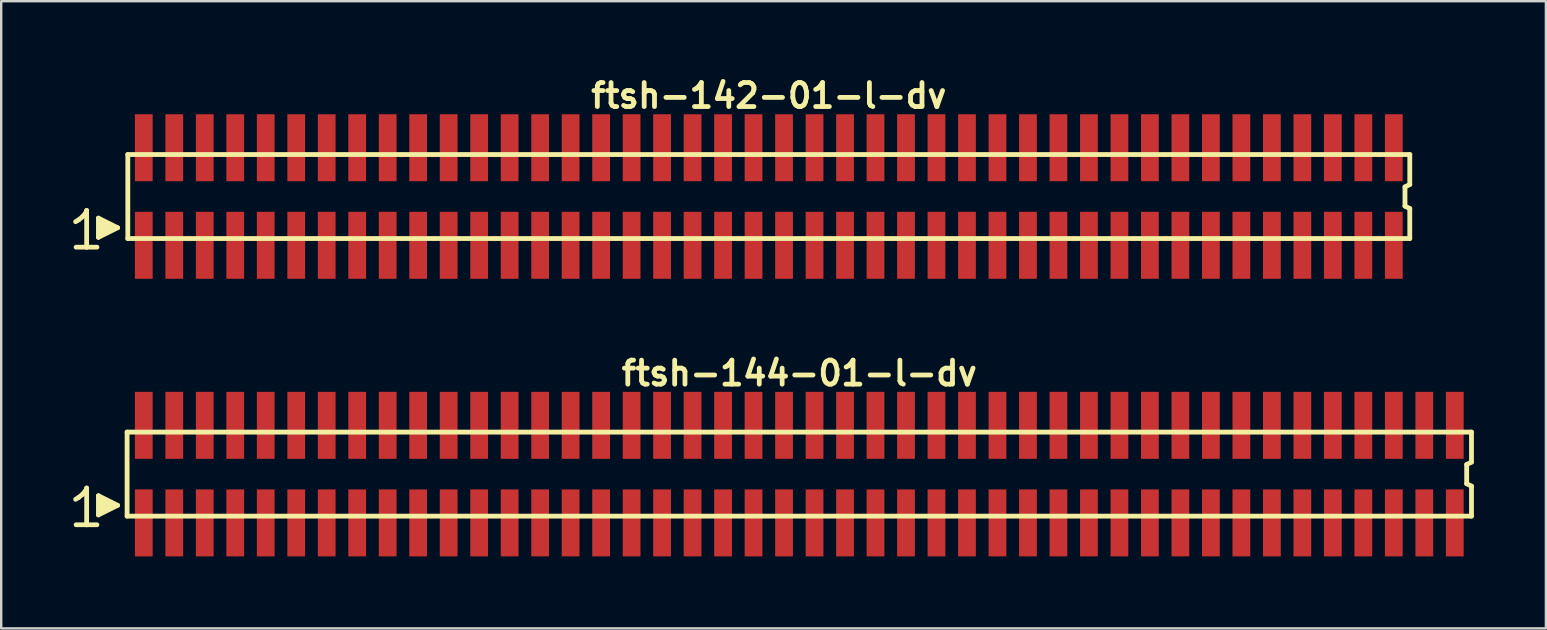
<source format=kicad_pcb>
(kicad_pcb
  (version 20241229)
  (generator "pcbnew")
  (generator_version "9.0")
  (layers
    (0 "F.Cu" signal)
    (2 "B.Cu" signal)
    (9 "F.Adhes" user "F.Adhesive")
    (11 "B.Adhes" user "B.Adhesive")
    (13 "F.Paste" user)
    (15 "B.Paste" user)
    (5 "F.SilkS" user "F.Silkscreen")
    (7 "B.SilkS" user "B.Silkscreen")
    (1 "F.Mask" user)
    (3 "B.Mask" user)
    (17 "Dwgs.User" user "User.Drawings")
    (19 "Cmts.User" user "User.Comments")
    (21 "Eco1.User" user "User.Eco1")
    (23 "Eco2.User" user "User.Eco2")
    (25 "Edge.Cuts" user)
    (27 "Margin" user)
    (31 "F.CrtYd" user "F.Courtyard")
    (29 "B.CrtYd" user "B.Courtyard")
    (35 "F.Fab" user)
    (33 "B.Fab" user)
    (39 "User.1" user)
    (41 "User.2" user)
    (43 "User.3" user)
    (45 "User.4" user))
  (footprint "ftsh-144-01-l-dv"
    (layer "F.Cu")
    (at 30.244 16.699)
    (property "Reference" "ftsh-144-01-l-dv" (at 0 -4.2 0) (layer "F.SilkS") (effects (font (size 1 1) (thickness 0.2))))
    (attr through_hole)
    (fp_line (start -30.145 1.05) (end -30.015 0.97) (stroke (width 0.198) (type solid)) (layer "F.SilkS"))
    (fp_line (start -30.015 0.97) (end -29.855 0.84) (stroke (width 0.198) (type solid)) (layer "F.SilkS"))
    (fp_line (start -29.855 0.84) (end -29.715 0.67) (stroke (width 0.198) (type solid)) (layer "F.SilkS"))
    (fp_line (start -29.715 0.67) (end -29.685 0.58) (stroke (width 0.198) (type solid)) (layer "F.SilkS"))
    (fp_line (start -29.685 0.58) (end -29.685 2.11) (stroke (width 0.198) (type solid)) (layer "F.SilkS"))
    (fp_line (start -29.685 2.11) (end -30.125 2.11) (stroke (width 0.198) (type solid)) (layer "F.SilkS"))
    (fp_line (start -29.255 2.11) (end -29.695 2.11) (stroke (width 0.198) (type solid)) (layer "F.SilkS"))
    (fp_line (start -29.195 0.9) (end -28.395 1.3) (stroke (width 0.198) (type solid)) (layer "F.SilkS"))
    (fp_line (start -29.195 1.7) (end -29.195 0.9) (stroke (width 0.198) (type solid)) (layer "F.SilkS"))
    (fp_line (start -29.095 1.6) (end -29.095 1) (stroke (width 0.198) (type solid)) (layer "F.SilkS"))
    (fp_line (start -28.995 1.1) (end -28.995 1.5) (stroke (width 0.198) (type solid)) (layer "F.SilkS"))
    (fp_line (start -28.895 1.5) (end -28.895 1.1) (stroke (width 0.198) (type solid)) (layer "F.SilkS"))
    (fp_line (start -28.795 1.2) (end -28.795 1.4) (stroke (width 0.198) (type solid)) (layer "F.SilkS"))
    (fp_line (start -28.695 1.4) (end -28.695 1.2) (stroke (width 0.198) (type solid)) (layer "F.SilkS"))
    (fp_line (start -28.395 1.3) (end -29.195 1.7) (stroke (width 0.198) (type solid)) (layer "F.SilkS"))
    (fp_line (start -28 -1.75) (end -28 1.75) (stroke (width 0.2) (type solid)) (layer "F.SilkS"))
    (fp_line (start -28 -1.75) (end 28 -1.75) (stroke (width 0.2) (type solid)) (layer "F.SilkS"))
    (fp_line (start -28 1.75) (end 28 1.75) (stroke (width 0.2) (type solid)) (layer "F.SilkS"))
    (fp_line (start 27.8 -0.4) (end 27.8 0.4) (stroke (width 0.2) (type solid)) (layer "F.SilkS"))
    (fp_line (start 27.8 0.4) (end 28 0.5) (stroke (width 0.2) (type solid)) (layer "F.SilkS"))
    (fp_line (start 28 -0.5) (end 27.8 -0.4) (stroke (width 0.2) (type solid)) (layer "F.SilkS"))
    (fp_line (start 28 -0.5) (end 28 -1.75) (stroke (width 0.2) (type solid)) (layer "F.SilkS"))
    (fp_line (start 28 0.5) (end 28 1.75) (stroke (width 0.2) (type solid)) (layer "F.SilkS"))
    (pad "1" smd rect (at -27.305 2.032) (size 0.74 2.79) (layers "F.Cu" "F.Mask" "F.Paste"))
    (pad "2" smd rect (at -27.305 -2.032) (size 0.74 2.79) (layers "F.Cu" "F.Mask" "F.Paste"))
    (pad "3" smd rect (at -26.035 2.032) (size 0.74 2.79) (layers "F.Cu" "F.Mask" "F.Paste"))
    (pad "4" smd rect (at -26.035 -2.032) (size 0.74 2.79) (layers "F.Cu" "F.Mask" "F.Paste"))
    (pad "5" smd rect (at -24.765 2.032) (size 0.74 2.79) (layers "F.Cu" "F.Mask" "F.Paste"))
    (pad "6" smd rect (at -24.765 -2.032) (size 0.74 2.79) (layers "F.Cu" "F.Mask" "F.Paste"))
    (pad "7" smd rect (at -23.495 2.032) (size 0.74 2.79) (layers "F.Cu" "F.Mask" "F.Paste"))
    (pad "8" smd rect (at -23.495 -2.032) (size 0.74 2.79) (layers "F.Cu" "F.Mask" "F.Paste"))
    (pad "9" smd rect (at -22.225 2.032) (size 0.74 2.79) (layers "F.Cu" "F.Mask" "F.Paste"))
    (pad "10" smd rect (at -22.225 -2.032) (size 0.74 2.79) (layers "F.Cu" "F.Mask" "F.Paste"))
    (pad "11" smd rect (at -20.955 2.032) (size 0.74 2.79) (layers "F.Cu" "F.Mask" "F.Paste"))
    (pad "12" smd rect (at -20.955 -2.032) (size 0.74 2.79) (layers "F.Cu" "F.Mask" "F.Paste"))
    (pad "13" smd rect (at -19.685 2.032) (size 0.74 2.79) (layers "F.Cu" "F.Mask" "F.Paste"))
    (pad "14" smd rect (at -19.685 -2.032) (size 0.74 2.79) (layers "F.Cu" "F.Mask" "F.Paste"))
    (pad "15" smd rect (at -18.415 2.032) (size 0.74 2.79) (layers "F.Cu" "F.Mask" "F.Paste"))
    (pad "16" smd rect (at -18.415 -2.032) (size 0.74 2.79) (layers "F.Cu" "F.Mask" "F.Paste"))
    (pad "17" smd rect (at -17.145 2.032) (size 0.74 2.79) (layers "F.Cu" "F.Mask" "F.Paste"))
    (pad "18" smd rect (at -17.145 -2.032) (size 0.74 2.79) (layers "F.Cu" "F.Mask" "F.Paste"))
    (pad "19" smd rect (at -15.875 2.032) (size 0.74 2.79) (layers "F.Cu" "F.Mask" "F.Paste"))
    (pad "20" smd rect (at -15.875 -2.032) (size 0.74 2.79) (layers "F.Cu" "F.Mask" "F.Paste"))
    (pad "21" smd rect (at -14.605 2.032) (size 0.74 2.79) (layers "F.Cu" "F.Mask" "F.Paste"))
    (pad "22" smd rect (at -14.605 -2.032) (size 0.74 2.79) (layers "F.Cu" "F.Mask" "F.Paste"))
    (pad "23" smd rect (at -13.335 2.032) (size 0.74 2.79) (layers "F.Cu" "F.Mask" "F.Paste"))
    (pad "24" smd rect (at -13.335 -2.032) (size 0.74 2.79) (layers "F.Cu" "F.Mask" "F.Paste"))
    (pad "25" smd rect (at -12.065 2.032) (size 0.74 2.79) (layers "F.Cu" "F.Mask" "F.Paste"))
    (pad "26" smd rect (at -12.065 -2.032) (size 0.74 2.79) (layers "F.Cu" "F.Mask" "F.Paste"))
    (pad "27" smd rect (at -10.795 2.032) (size 0.74 2.79) (layers "F.Cu" "F.Mask" "F.Paste"))
    (pad "28" smd rect (at -10.795 -2.032) (size 0.74 2.79) (layers "F.Cu" "F.Mask" "F.Paste"))
    (pad "29" smd rect (at -9.525 2.032) (size 0.74 2.79) (layers "F.Cu" "F.Mask" "F.Paste"))
    (pad "30" smd rect (at -9.525 -2.032) (size 0.74 2.79) (layers "F.Cu" "F.Mask" "F.Paste"))
    (pad "31" smd rect (at -8.255 2.032) (size 0.74 2.79) (layers "F.Cu" "F.Mask" "F.Paste"))
    (pad "32" smd rect (at -8.255 -2.032) (size 0.74 2.79) (layers "F.Cu" "F.Mask" "F.Paste"))
    (pad "33" smd rect (at -6.985 2.032) (size 0.74 2.79) (layers "F.Cu" "F.Mask" "F.Paste"))
    (pad "34" smd rect (at -6.985 -2.032) (size 0.74 2.79) (layers "F.Cu" "F.Mask" "F.Paste"))
    (pad "35" smd rect (at -5.715 2.032) (size 0.74 2.79) (layers "F.Cu" "F.Mask" "F.Paste"))
    (pad "36" smd rect (at -5.715 -2.032) (size 0.74 2.79) (layers "F.Cu" "F.Mask" "F.Paste"))
    (pad "37" smd rect (at -4.445 2.032) (size 0.74 2.79) (layers "F.Cu" "F.Mask" "F.Paste"))
    (pad "38" smd rect (at -4.445 -2.032) (size 0.74 2.79) (layers "F.Cu" "F.Mask" "F.Paste"))
    (pad "39" smd rect (at -3.175 2.032) (size 0.74 2.79) (layers "F.Cu" "F.Mask" "F.Paste"))
    (pad "40" smd rect (at -3.175 -2.032) (size 0.74 2.79) (layers "F.Cu" "F.Mask" "F.Paste"))
    (pad "41" smd rect (at -1.905 2.032) (size 0.74 2.79) (layers "F.Cu" "F.Mask" "F.Paste"))
    (pad "42" smd rect (at -1.905 -2.032) (size 0.74 2.79) (layers "F.Cu" "F.Mask" "F.Paste"))
    (pad "43" smd rect (at -0.635 2.032) (size 0.74 2.79) (layers "F.Cu" "F.Mask" "F.Paste"))
    (pad "44" smd rect (at -0.635 -2.032) (size 0.74 2.79) (layers "F.Cu" "F.Mask" "F.Paste"))
    (pad "45" smd rect (at 0.635 2.032) (size 0.74 2.79) (layers "F.Cu" "F.Mask" "F.Paste"))
    (pad "46" smd rect (at 0.635 -2.032) (size 0.74 2.79) (layers "F.Cu" "F.Mask" "F.Paste"))
    (pad "47" smd rect (at 1.905 2.032) (size 0.74 2.79) (layers "F.Cu" "F.Mask" "F.Paste"))
    (pad "48" smd rect (at 1.905 -2.032) (size 0.74 2.79) (layers "F.Cu" "F.Mask" "F.Paste"))
    (pad "49" smd rect (at 3.175 2.032) (size 0.74 2.79) (layers "F.Cu" "F.Mask" "F.Paste"))
    (pad "50" smd rect (at 3.175 -2.032) (size 0.74 2.79) (layers "F.Cu" "F.Mask" "F.Paste"))
    (pad "51" smd rect (at 4.445 2.032) (size 0.74 2.79) (layers "F.Cu" "F.Mask" "F.Paste"))
    (pad "52" smd rect (at 4.445 -2.032) (size 0.74 2.79) (layers "F.Cu" "F.Mask" "F.Paste"))
    (pad "53" smd rect (at 5.715 2.032) (size 0.74 2.79) (layers "F.Cu" "F.Mask" "F.Paste"))
    (pad "54" smd rect (at 5.715 -2.032) (size 0.74 2.79) (layers "F.Cu" "F.Mask" "F.Paste"))
    (pad "55" smd rect (at 6.985 2.032) (size 0.74 2.79) (layers "F.Cu" "F.Mask" "F.Paste"))
    (pad "56" smd rect (at 6.985 -2.032) (size 0.74 2.79) (layers "F.Cu" "F.Mask" "F.Paste"))
    (pad "57" smd rect (at 8.255 2.032) (size 0.74 2.79) (layers "F.Cu" "F.Mask" "F.Paste"))
    (pad "58" smd rect (at 8.255 -2.032) (size 0.74 2.79) (layers "F.Cu" "F.Mask" "F.Paste"))
    (pad "59" smd rect (at 9.525 2.032) (size 0.74 2.79) (layers "F.Cu" "F.Mask" "F.Paste"))
    (pad "60" smd rect (at 9.525 -2.032) (size 0.74 2.79) (layers "F.Cu" "F.Mask" "F.Paste"))
    (pad "61" smd rect (at 10.795 2.032) (size 0.74 2.79) (layers "F.Cu" "F.Mask" "F.Paste"))
    (pad "62" smd rect (at 10.795 -2.032) (size 0.74 2.79) (layers "F.Cu" "F.Mask" "F.Paste"))
    (pad "63" smd rect (at 12.065 2.032) (size 0.74 2.79) (layers "F.Cu" "F.Mask" "F.Paste"))
    (pad "64" smd rect (at 12.065 -2.032) (size 0.74 2.79) (layers "F.Cu" "F.Mask" "F.Paste"))
    (pad "65" smd rect (at 13.335 2.032) (size 0.74 2.79) (layers "F.Cu" "F.Mask" "F.Paste"))
    (pad "66" smd rect (at 13.335 -2.032) (size 0.74 2.79) (layers "F.Cu" "F.Mask" "F.Paste"))
    (pad "67" smd rect (at 14.605 2.032) (size 0.74 2.79) (layers "F.Cu" "F.Mask" "F.Paste"))
    (pad "68" smd rect (at 14.605 -2.032) (size 0.74 2.79) (layers "F.Cu" "F.Mask" "F.Paste"))
    (pad "69" smd rect (at 15.875 2.032) (size 0.74 2.79) (layers "F.Cu" "F.Mask" "F.Paste"))
    (pad "70" smd rect (at 15.875 -2.032) (size 0.74 2.79) (layers "F.Cu" "F.Mask" "F.Paste"))
    (pad "71" smd rect (at 17.145 2.032) (size 0.74 2.79) (layers "F.Cu" "F.Mask" "F.Paste"))
    (pad "72" smd rect (at 17.145 -2.032) (size 0.74 2.79) (layers "F.Cu" "F.Mask" "F.Paste"))
    (pad "73" smd rect (at 18.415 2.032) (size 0.74 2.79) (layers "F.Cu" "F.Mask" "F.Paste"))
    (pad "74" smd rect (at 18.415 -2.032) (size 0.74 2.79) (layers "F.Cu" "F.Mask" "F.Paste"))
    (pad "75" smd rect (at 19.685 2.032) (size 0.74 2.79) (layers "F.Cu" "F.Mask" "F.Paste"))
    (pad "76" smd rect (at 19.685 -2.032) (size 0.74 2.79) (layers "F.Cu" "F.Mask" "F.Paste"))
    (pad "77" smd rect (at 20.955 2.032) (size 0.74 2.79) (layers "F.Cu" "F.Mask" "F.Paste"))
    (pad "78" smd rect (at 20.955 -2.032) (size 0.74 2.79) (layers "F.Cu" "F.Mask" "F.Paste"))
    (pad "79" smd rect (at 22.225 2.032) (size 0.74 2.79) (layers "F.Cu" "F.Mask" "F.Paste"))
    (pad "80" smd rect (at 22.225 -2.032) (size 0.74 2.79) (layers "F.Cu" "F.Mask" "F.Paste"))
    (pad "81" smd rect (at 23.495 2.032) (size 0.74 2.79) (layers "F.Cu" "F.Mask" "F.Paste"))
    (pad "82" smd rect (at 23.495 -2.032) (size 0.74 2.79) (layers "F.Cu" "F.Mask" "F.Paste"))
    (pad "83" smd rect (at 24.765 2.032) (size 0.74 2.79) (layers "F.Cu" "F.Mask" "F.Paste"))
    (pad "84" smd rect (at 24.765 -2.032) (size 0.74 2.79) (layers "F.Cu" "F.Mask" "F.Paste"))
    (pad "85" smd rect (at 26.035 2.032) (size 0.74 2.79) (layers "F.Cu" "F.Mask" "F.Paste"))
    (pad "86" smd rect (at 26.035 -2.032) (size 0.74 2.79) (layers "F.Cu" "F.Mask" "F.Paste"))
    (pad "87" smd rect (at 27.305 2.032) (size 0.74 2.79) (layers "F.Cu" "F.Mask" "F.Paste"))
    (pad "88" smd rect (at 27.305 -2.032) (size 0.74 2.79) (layers "F.Cu" "F.Mask" "F.Paste")))
  (footprint "ftsh-142-01-l-dv"
    (layer "F.Cu")
    (at 28.974 5.136)
    (property "Reference" "ftsh-142-01-l-dv" (at 0 -4.2 0) (layer "F.SilkS") (effects (font (size 1 1) (thickness 0.2))))
    (attr through_hole)
    (fp_line (start -28.875 1.05) (end -28.745 0.97) (stroke (width 0.198) (type solid)) (layer "F.SilkS"))
    (fp_line (start -28.745 0.97) (end -28.585 0.84) (stroke (width 0.198) (type solid)) (layer "F.SilkS"))
    (fp_line (start -28.585 0.84) (end -28.445 0.67) (stroke (width 0.198) (type solid)) (layer "F.SilkS"))
    (fp_line (start -28.445 0.67) (end -28.415 0.58) (stroke (width 0.198) (type solid)) (layer "F.SilkS"))
    (fp_line (start -28.415 0.58) (end -28.415 2.11) (stroke (width 0.198) (type solid)) (layer "F.SilkS"))
    (fp_line (start -28.415 2.11) (end -28.855 2.11) (stroke (width 0.198) (type solid)) (layer "F.SilkS"))
    (fp_line (start -27.985 2.11) (end -28.425 2.11) (stroke (width 0.198) (type solid)) (layer "F.SilkS"))
    (fp_line (start -27.925 0.9) (end -27.125 1.3) (stroke (width 0.198) (type solid)) (layer "F.SilkS"))
    (fp_line (start -27.925 1.7) (end -27.925 0.9) (stroke (width 0.198) (type solid)) (layer "F.SilkS"))
    (fp_line (start -27.825 1.6) (end -27.825 1) (stroke (width 0.198) (type solid)) (layer "F.SilkS"))
    (fp_line (start -27.725 1.1) (end -27.725 1.5) (stroke (width 0.198) (type solid)) (layer "F.SilkS"))
    (fp_line (start -27.625 1.5) (end -27.625 1.1) (stroke (width 0.198) (type solid)) (layer "F.SilkS"))
    (fp_line (start -27.525 1.2) (end -27.525 1.4) (stroke (width 0.198) (type solid)) (layer "F.SilkS"))
    (fp_line (start -27.425 1.4) (end -27.425 1.2) (stroke (width 0.198) (type solid)) (layer "F.SilkS"))
    (fp_line (start -27.125 1.3) (end -27.925 1.7) (stroke (width 0.198) (type solid)) (layer "F.SilkS"))
    (fp_line (start -26.7 -1.75) (end -26.7 1.75) (stroke (width 0.2) (type solid)) (layer "F.SilkS"))
    (fp_line (start -26.7 -1.75) (end 26.7 -1.75) (stroke (width 0.2) (type solid)) (layer "F.SilkS"))
    (fp_line (start -26.7 1.75) (end 26.7 1.75) (stroke (width 0.2) (type solid)) (layer "F.SilkS"))
    (fp_line (start 26.5 -0.4) (end 26.5 0.4) (stroke (width 0.2) (type solid)) (layer "F.SilkS"))
    (fp_line (start 26.5 0.4) (end 26.7 0.5) (stroke (width 0.2) (type solid)) (layer "F.SilkS"))
    (fp_line (start 26.7 -0.5) (end 26.5 -0.4) (stroke (width 0.2) (type solid)) (layer "F.SilkS"))
    (fp_line (start 26.7 -0.5) (end 26.7 -1.75) (stroke (width 0.2) (type solid)) (layer "F.SilkS"))
    (fp_line (start 26.7 0.5) (end 26.7 1.75) (stroke (width 0.2) (type solid)) (layer "F.SilkS"))
    (pad "1" smd rect (at -26.035 2.032) (size 0.74 2.79) (layers "F.Cu" "F.Mask" "F.Paste"))
    (pad "2" smd rect (at -26.035 -2.032) (size 0.74 2.79) (layers "F.Cu" "F.Mask" "F.Paste"))
    (pad "3" smd rect (at -24.765 2.032) (size 0.74 2.79) (layers "F.Cu" "F.Mask" "F.Paste"))
    (pad "4" smd rect (at -24.765 -2.032) (size 0.74 2.79) (layers "F.Cu" "F.Mask" "F.Paste"))
    (pad "5" smd rect (at -23.495 2.032) (size 0.74 2.79) (layers "F.Cu" "F.Mask" "F.Paste"))
    (pad "6" smd rect (at -23.495 -2.032) (size 0.74 2.79) (layers "F.Cu" "F.Mask" "F.Paste"))
    (pad "7" smd rect (at -22.225 2.032) (size 0.74 2.79) (layers "F.Cu" "F.Mask" "F.Paste"))
    (pad "8" smd rect (at -22.225 -2.032) (size 0.74 2.79) (layers "F.Cu" "F.Mask" "F.Paste"))
    (pad "9" smd rect (at -20.955 2.032) (size 0.74 2.79) (layers "F.Cu" "F.Mask" "F.Paste"))
    (pad "10" smd rect (at -20.955 -2.032) (size 0.74 2.79) (layers "F.Cu" "F.Mask" "F.Paste"))
    (pad "11" smd rect (at -19.685 2.032) (size 0.74 2.79) (layers "F.Cu" "F.Mask" "F.Paste"))
    (pad "12" smd rect (at -19.685 -2.032) (size 0.74 2.79) (layers "F.Cu" "F.Mask" "F.Paste"))
    (pad "13" smd rect (at -18.415 2.032) (size 0.74 2.79) (layers "F.Cu" "F.Mask" "F.Paste"))
    (pad "14" smd rect (at -18.415 -2.032) (size 0.74 2.79) (layers "F.Cu" "F.Mask" "F.Paste"))
    (pad "15" smd rect (at -17.145 2.032) (size 0.74 2.79) (layers "F.Cu" "F.Mask" "F.Paste"))
    (pad "16" smd rect (at -17.145 -2.032) (size 0.74 2.79) (layers "F.Cu" "F.Mask" "F.Paste"))
    (pad "17" smd rect (at -15.875 2.032) (size 0.74 2.79) (layers "F.Cu" "F.Mask" "F.Paste"))
    (pad "18" smd rect (at -15.875 -2.032) (size 0.74 2.79) (layers "F.Cu" "F.Mask" "F.Paste"))
    (pad "19" smd rect (at -14.605 2.032) (size 0.74 2.79) (layers "F.Cu" "F.Mask" "F.Paste"))
    (pad "20" smd rect (at -14.605 -2.032) (size 0.74 2.79) (layers "F.Cu" "F.Mask" "F.Paste"))
    (pad "21" smd rect (at -13.335 2.032) (size 0.74 2.79) (layers "F.Cu" "F.Mask" "F.Paste"))
    (pad "22" smd rect (at -13.335 -2.032) (size 0.74 2.79) (layers "F.Cu" "F.Mask" "F.Paste"))
    (pad "23" smd rect (at -12.065 2.032) (size 0.74 2.79) (layers "F.Cu" "F.Mask" "F.Paste"))
    (pad "24" smd rect (at -12.065 -2.032) (size 0.74 2.79) (layers "F.Cu" "F.Mask" "F.Paste"))
    (pad "25" smd rect (at -10.795 2.032) (size 0.74 2.79) (layers "F.Cu" "F.Mask" "F.Paste"))
    (pad "26" smd rect (at -10.795 -2.032) (size 0.74 2.79) (layers "F.Cu" "F.Mask" "F.Paste"))
    (pad "27" smd rect (at -9.525 2.032) (size 0.74 2.79) (layers "F.Cu" "F.Mask" "F.Paste"))
    (pad "28" smd rect (at -9.525 -2.032) (size 0.74 2.79) (layers "F.Cu" "F.Mask" "F.Paste"))
    (pad "29" smd rect (at -8.255 2.032) (size 0.74 2.79) (layers "F.Cu" "F.Mask" "F.Paste"))
    (pad "30" smd rect (at -8.255 -2.032) (size 0.74 2.79) (layers "F.Cu" "F.Mask" "F.Paste"))
    (pad "31" smd rect (at -6.985 2.032) (size 0.74 2.79) (layers "F.Cu" "F.Mask" "F.Paste"))
    (pad "32" smd rect (at -6.985 -2.032) (size 0.74 2.79) (layers "F.Cu" "F.Mask" "F.Paste"))
    (pad "33" smd rect (at -5.715 2.032) (size 0.74 2.79) (layers "F.Cu" "F.Mask" "F.Paste"))
    (pad "34" smd rect (at -5.715 -2.032) (size 0.74 2.79) (layers "F.Cu" "F.Mask" "F.Paste"))
    (pad "35" smd rect (at -4.445 2.032) (size 0.74 2.79) (layers "F.Cu" "F.Mask" "F.Paste"))
    (pad "36" smd rect (at -4.445 -2.032) (size 0.74 2.79) (layers "F.Cu" "F.Mask" "F.Paste"))
    (pad "37" smd rect (at -3.175 2.032) (size 0.74 2.79) (layers "F.Cu" "F.Mask" "F.Paste"))
    (pad "38" smd rect (at -3.175 -2.032) (size 0.74 2.79) (layers "F.Cu" "F.Mask" "F.Paste"))
    (pad "39" smd rect (at -1.905 2.032) (size 0.74 2.79) (layers "F.Cu" "F.Mask" "F.Paste"))
    (pad "40" smd rect (at -1.905 -2.032) (size 0.74 2.79) (layers "F.Cu" "F.Mask" "F.Paste"))
    (pad "41" smd rect (at -0.635 2.032) (size 0.74 2.79) (layers "F.Cu" "F.Mask" "F.Paste"))
    (pad "42" smd rect (at -0.635 -2.032) (size 0.74 2.79) (layers "F.Cu" "F.Mask" "F.Paste"))
    (pad "43" smd rect (at 0.635 2.032) (size 0.74 2.79) (layers "F.Cu" "F.Mask" "F.Paste"))
    (pad "44" smd rect (at 0.635 -2.032) (size 0.74 2.79) (layers "F.Cu" "F.Mask" "F.Paste"))
    (pad "45" smd rect (at 1.905 2.032) (size 0.74 2.79) (layers "F.Cu" "F.Mask" "F.Paste"))
    (pad "46" smd rect (at 1.905 -2.032) (size 0.74 2.79) (layers "F.Cu" "F.Mask" "F.Paste"))
    (pad "47" smd rect (at 3.175 2.032) (size 0.74 2.79) (layers "F.Cu" "F.Mask" "F.Paste"))
    (pad "48" smd rect (at 3.175 -2.032) (size 0.74 2.79) (layers "F.Cu" "F.Mask" "F.Paste"))
    (pad "49" smd rect (at 4.445 2.032) (size 0.74 2.79) (layers "F.Cu" "F.Mask" "F.Paste"))
    (pad "50" smd rect (at 4.445 -2.032) (size 0.74 2.79) (layers "F.Cu" "F.Mask" "F.Paste"))
    (pad "51" smd rect (at 5.715 2.032) (size 0.74 2.79) (layers "F.Cu" "F.Mask" "F.Paste"))
    (pad "52" smd rect (at 5.715 -2.032) (size 0.74 2.79) (layers "F.Cu" "F.Mask" "F.Paste"))
    (pad "53" smd rect (at 6.985 2.032) (size 0.74 2.79) (layers "F.Cu" "F.Mask" "F.Paste"))
    (pad "54" smd rect (at 6.985 -2.032) (size 0.74 2.79) (layers "F.Cu" "F.Mask" "F.Paste"))
    (pad "55" smd rect (at 8.255 2.032) (size 0.74 2.79) (layers "F.Cu" "F.Mask" "F.Paste"))
    (pad "56" smd rect (at 8.255 -2.032) (size 0.74 2.79) (layers "F.Cu" "F.Mask" "F.Paste"))
    (pad "57" smd rect (at 9.525 2.032) (size 0.74 2.79) (layers "F.Cu" "F.Mask" "F.Paste"))
    (pad "58" smd rect (at 9.525 -2.032) (size 0.74 2.79) (layers "F.Cu" "F.Mask" "F.Paste"))
    (pad "59" smd rect (at 10.795 2.032) (size 0.74 2.79) (layers "F.Cu" "F.Mask" "F.Paste"))
    (pad "60" smd rect (at 10.795 -2.032) (size 0.74 2.79) (layers "F.Cu" "F.Mask" "F.Paste"))
    (pad "61" smd rect (at 12.065 2.032) (size 0.74 2.79) (layers "F.Cu" "F.Mask" "F.Paste"))
    (pad "62" smd rect (at 12.065 -2.032) (size 0.74 2.79) (layers "F.Cu" "F.Mask" "F.Paste"))
    (pad "63" smd rect (at 13.335 2.032) (size 0.74 2.79) (layers "F.Cu" "F.Mask" "F.Paste"))
    (pad "64" smd rect (at 13.335 -2.032) (size 0.74 2.79) (layers "F.Cu" "F.Mask" "F.Paste"))
    (pad "65" smd rect (at 14.605 2.032) (size 0.74 2.79) (layers "F.Cu" "F.Mask" "F.Paste"))
    (pad "66" smd rect (at 14.605 -2.032) (size 0.74 2.79) (layers "F.Cu" "F.Mask" "F.Paste"))
    (pad "67" smd rect (at 15.875 2.032) (size 0.74 2.79) (layers "F.Cu" "F.Mask" "F.Paste"))
    (pad "68" smd rect (at 15.875 -2.032) (size 0.74 2.79) (layers "F.Cu" "F.Mask" "F.Paste"))
    (pad "69" smd rect (at 17.145 2.032) (size 0.74 2.79) (layers "F.Cu" "F.Mask" "F.Paste"))
    (pad "70" smd rect (at 17.145 -2.032) (size 0.74 2.79) (layers "F.Cu" "F.Mask" "F.Paste"))
    (pad "71" smd rect (at 18.415 2.032) (size 0.74 2.79) (layers "F.Cu" "F.Mask" "F.Paste"))
    (pad "72" smd rect (at 18.415 -2.032) (size 0.74 2.79) (layers "F.Cu" "F.Mask" "F.Paste"))
    (pad "73" smd rect (at 19.685 2.032) (size 0.74 2.79) (layers "F.Cu" "F.Mask" "F.Paste"))
    (pad "74" smd rect (at 19.685 -2.032) (size 0.74 2.79) (layers "F.Cu" "F.Mask" "F.Paste"))
    (pad "75" smd rect (at 20.955 2.032) (size 0.74 2.79) (layers "F.Cu" "F.Mask" "F.Paste"))
    (pad "76" smd rect (at 20.955 -2.032) (size 0.74 2.79) (layers "F.Cu" "F.Mask" "F.Paste"))
    (pad "77" smd rect (at 22.225 2.032) (size 0.74 2.79) (layers "F.Cu" "F.Mask" "F.Paste"))
    (pad "78" smd rect (at 22.225 -2.032) (size 0.74 2.79) (layers "F.Cu" "F.Mask" "F.Paste"))
    (pad "79" smd rect (at 23.495 2.032) (size 0.74 2.79) (layers "F.Cu" "F.Mask" "F.Paste"))
    (pad "80" smd rect (at 23.495 -2.032) (size 0.74 2.79) (layers "F.Cu" "F.Mask" "F.Paste"))
    (pad "81" smd rect (at 24.765 2.032) (size 0.74 2.79) (layers "F.Cu" "F.Mask" "F.Paste"))
    (pad "82" smd rect (at 24.765 -2.032) (size 0.74 2.79) (layers "F.Cu" "F.Mask" "F.Paste"))
    (pad "83" smd rect (at 26.035 2.032) (size 0.74 2.79) (layers "F.Cu" "F.Mask" "F.Paste"))
    (pad "84" smd rect (at 26.035 -2.032) (size 0.74 2.79) (layers "F.Cu" "F.Mask" "F.Paste")))
  (gr_rect
    (start -3 -3)
    (end 61.344 23.126)
    (stroke (width 0.1) (type default))
    (fill no)
    (layer "Edge.Cuts")))
</source>
